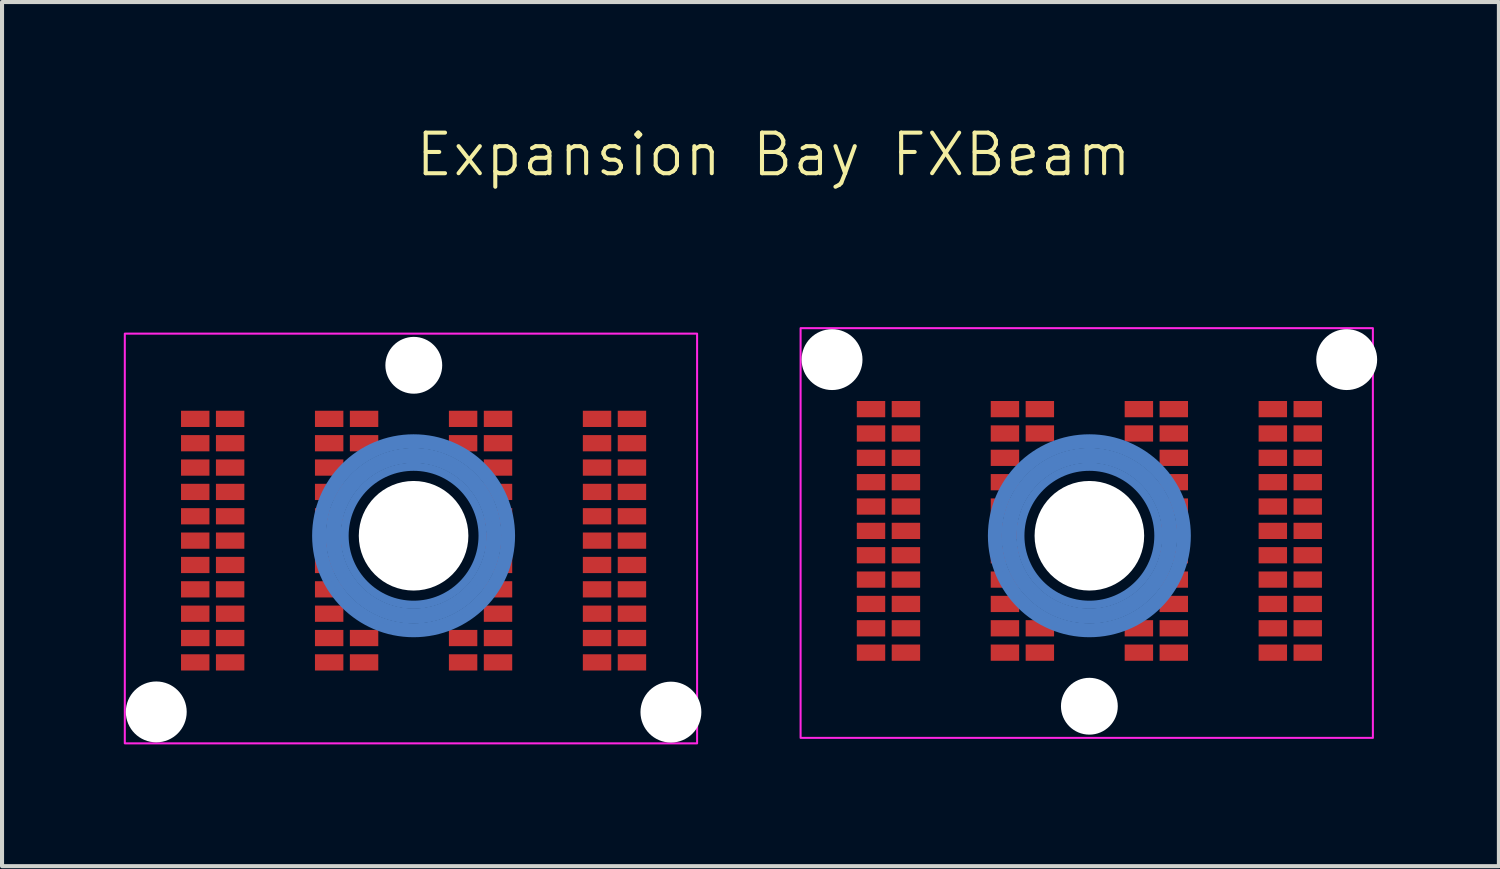
<source format=kicad_pcb>
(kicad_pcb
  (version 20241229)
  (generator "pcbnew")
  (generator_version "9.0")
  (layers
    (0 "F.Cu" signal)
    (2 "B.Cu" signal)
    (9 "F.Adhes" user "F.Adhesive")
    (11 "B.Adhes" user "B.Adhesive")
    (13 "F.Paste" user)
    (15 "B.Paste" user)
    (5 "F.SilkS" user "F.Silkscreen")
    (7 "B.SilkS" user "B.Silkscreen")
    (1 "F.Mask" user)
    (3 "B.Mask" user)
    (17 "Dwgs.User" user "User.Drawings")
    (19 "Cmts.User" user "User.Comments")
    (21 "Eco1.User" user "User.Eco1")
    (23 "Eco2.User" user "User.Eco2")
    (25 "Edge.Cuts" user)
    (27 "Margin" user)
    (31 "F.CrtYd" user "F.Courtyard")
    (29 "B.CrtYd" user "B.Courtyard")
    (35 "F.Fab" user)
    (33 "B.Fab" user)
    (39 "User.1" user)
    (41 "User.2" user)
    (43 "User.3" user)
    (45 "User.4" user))
  (footprint "Expansion Bay FXBeam"
    (layer "F.Cu")
    (at 15.47 10.15)
    (property "Reference" "Expansion Bay FXBeam" (at 0.54 -9.39 0) (unlocked yes) (layer "F.SilkS") (effects (font (size 1 1) (thickness 0.1))))
    (attr smd exclude_from_pos_files exclude_from_bom)
    (fp_circle (center -8.33 0) (end -6.63 0) (stroke (width 0.2) (type default)) (fill no) (layer "B.Cu"))
    (fp_circle (center -8.33 0) (end -6.44 0.005) (stroke (width 0.2) (type default)) (fill no) (layer "B.Cu"))
    (fp_circle (center -8.33 0) (end -6.265 0) (stroke (width 0.2) (type default)) (fill no) (layer "B.Cu"))
    (fp_circle (center -8.33 0) (end -6.075 0) (stroke (width 0.2) (type default)) (fill no) (layer "B.Cu"))
    (fp_circle (center -8.33 0) (end -5.93 0) (stroke (width 0.2) (type default)) (fill no) (layer "B.Cu"))
    (fp_circle (center 8.32 0) (end 10.02 0) (stroke (width 0.2) (type default)) (fill no) (layer "B.Cu"))
    (fp_circle (center 8.32 0) (end 10.21 0.005) (stroke (width 0.2) (type default)) (fill no) (layer "B.Cu"))
    (fp_circle (center 8.32 0) (end 10.385 0) (stroke (width 0.2) (type default)) (fill no) (layer "B.Cu"))
    (fp_circle (center 8.32 0) (end 10.575 0) (stroke (width 0.2) (type default)) (fill no) (layer "B.Cu"))
    (fp_circle (center 8.32 0) (end 10.72 0) (stroke (width 0.2) (type default)) (fill no) (layer "B.Cu"))
    (fp_rect (start -15.445 -4.98) (end -1.345 5.115) (stroke (width 0.05) (type default)) (fill no) (layer "F.CrtYd"))
    (fp_rect (start 15.305 4.98) (end 1.205 -5.115) (stroke (width 0.05) (type default)) (fill no) (layer "F.CrtYd"))
    (pad "" np_thru_hole circle (at -14.67 4.34) (size 1.5 1.5) (drill 1.5) (layers "*.Cu" "*.Mask"))
    (pad "" np_thru_hole circle (at -8.33 0) (size 2.7 2.7) (drill 2.7) (layers "*.Cu" "*.Mask"))
    (pad "" np_thru_hole circle (at -8.325 -4.2) (size 1.4 1.4) (drill 1.4) (layers "*.Cu" "*.Mask"))
    (pad "" np_thru_hole circle (at -1.99 4.345) (size 1.5 1.5) (drill 1.5) (layers "*.Cu" "*.Mask"))
    (pad "" np_thru_hole circle (at 1.98 -4.34) (size 1.5 1.5) (drill 1.5) (layers "*.Cu" "*.Mask"))
    (pad "" np_thru_hole circle (at 8.32 0) (size 2.7 2.7) (drill 2.7) (layers "*.Cu" "*.Mask"))
    (pad "" np_thru_hole circle (at 8.32 4.2) (size 1.4 1.4) (drill 1.4) (layers "*.Cu" "*.Mask"))
    (pad "" np_thru_hole circle (at 14.66 -4.34) (size 1.5 1.5) (drill 1.5) (layers "*.Cu" "*.Mask"))
    (pad "PA1" smd rect (at -2.95 -2.88) (size 0.7 0.4) (layers "F.Cu" "F.Mask" "F.Paste"))
    (pad "PA2" smd rect (at -3.81 -2.88) (size 0.7 0.4) (layers "F.Cu" "F.Mask" "F.Paste"))
    (pad "PA3" smd rect (at -6.25 -2.88) (size 0.7 0.4) (layers "F.Cu" "F.Mask" "F.Paste"))
    (pad "PA4" smd rect (at -7.11 -2.88) (size 0.7 0.4) (layers "F.Cu" "F.Mask" "F.Paste"))
    (pad "PA5" smd rect (at -9.55 -2.88 180) (size 0.7 0.4) (layers "F.Cu" "F.Mask" "F.Paste"))
    (pad "PA6" smd rect (at -10.41 -2.88 180) (size 0.7 0.4) (layers "F.Cu" "F.Mask" "F.Paste"))
    (pad "PA7" smd rect (at -12.85 -2.88) (size 0.7 0.4) (layers "F.Cu" "F.Mask" "F.Paste"))
    (pad "PA8" smd rect (at -13.71 -2.88) (size 0.7 0.4) (layers "F.Cu" "F.Mask" "F.Paste"))
    (pad "PB1" smd rect (at -2.95 -2.28) (size 0.7 0.4) (layers "F.Cu" "F.Mask" "F.Paste"))
    (pad "PB2" smd rect (at -3.81 -2.28) (size 0.7 0.4) (layers "F.Cu" "F.Mask" "F.Paste"))
    (pad "PB3" smd rect (at -6.25 -2.28) (size 0.7 0.4) (layers "F.Cu" "F.Mask" "F.Paste"))
    (pad "PB4" smd rect (at -7.11 -2.28) (size 0.7 0.4) (layers "F.Cu" "F.Mask" "F.Paste"))
    (pad "PB5" smd rect (at -9.55 -2.28 180) (size 0.7 0.4) (layers "F.Cu" "F.Mask" "F.Paste"))
    (pad "PB6" smd rect (at -10.41 -2.28 180) (size 0.7 0.4) (layers "F.Cu" "F.Mask" "F.Paste"))
    (pad "PB7" smd rect (at -12.85 -2.28) (size 0.7 0.4) (layers "F.Cu" "F.Mask" "F.Paste"))
    (pad "PB8" smd rect (at -13.71 -2.28) (size 0.7 0.4) (layers "F.Cu" "F.Mask" "F.Paste"))
    (pad "PC1" smd rect (at -2.95 -1.68) (size 0.7 0.4) (layers "F.Cu" "F.Mask" "F.Paste"))
    (pad "PC2" smd rect (at -3.81 -1.68) (size 0.7 0.4) (layers "F.Cu" "F.Mask" "F.Paste"))
    (pad "PC3" smd rect (at -6.25 -1.68) (size 0.7 0.4) (layers "F.Cu" "F.Mask" "F.Paste"))
    (pad "PC6" smd rect (at -10.41 -1.68 180) (size 0.7 0.4) (layers "F.Cu" "F.Mask" "F.Paste"))
    (pad "PC7" smd rect (at -12.85 -1.68) (size 0.7 0.4) (layers "F.Cu" "F.Mask" "F.Paste"))
    (pad "PC8" smd rect (at -13.71 -1.68) (size 0.7 0.4) (layers "F.Cu" "F.Mask" "F.Paste"))
    (pad "PD1" smd rect (at -2.95 -1.08) (size 0.7 0.4) (layers "F.Cu" "F.Mask" "F.Paste"))
    (pad "PD2" smd rect (at -3.81 -1.08) (size 0.7 0.4) (layers "F.Cu" "F.Mask" "F.Paste"))
    (pad "PD3" smd rect (at -6.25 -1.08) (size 0.7 0.4) (layers "F.Cu" "F.Mask" "F.Paste"))
    (pad "PD6" smd rect (at -10.41 -1.08 180) (size 0.7 0.4) (layers "F.Cu" "F.Mask" "F.Paste"))
    (pad "PD7" smd rect (at -12.85 -1.08) (size 0.7 0.4) (layers "F.Cu" "F.Mask" "F.Paste"))
    (pad "PD8" smd rect (at -13.71 -1.08) (size 0.7 0.4) (layers "F.Cu" "F.Mask" "F.Paste"))
    (pad "PE1" smd rect (at -2.95 -0.48) (size 0.7 0.4) (layers "F.Cu" "F.Mask" "F.Paste"))
    (pad "PE2" smd rect (at -3.81 -0.48) (size 0.7 0.4) (layers "F.Cu" "F.Mask" "F.Paste"))
    (pad "PE3" smd rect (at -6.25 -0.48) (size 0.7 0.4) (layers "F.Cu" "F.Mask" "F.Paste"))
    (pad "PE6" smd rect (at -10.41 -0.48 180) (size 0.7 0.4) (layers "F.Cu" "F.Mask" "F.Paste"))
    (pad "PE7" smd rect (at -12.85 -0.48) (size 0.7 0.4) (layers "F.Cu" "F.Mask" "F.Paste"))
    (pad "PE8" smd rect (at -13.71 -0.48) (size 0.7 0.4) (layers "F.Cu" "F.Mask" "F.Paste"))
    (pad "PF1" smd rect (at -2.95 0.12) (size 0.7 0.4) (layers "F.Cu" "F.Mask" "F.Paste"))
    (pad "PF2" smd rect (at -3.81 0.12) (size 0.7 0.4) (layers "F.Cu" "F.Mask" "F.Paste"))
    (pad "PF3" smd rect (at -6.25 0.12) (size 0.7 0.4) (layers "F.Cu" "F.Mask" "F.Paste"))
    (pad "PF6" smd rect (at -10.41 0.12 180) (size 0.7 0.4) (layers "F.Cu" "F.Mask" "F.Paste"))
    (pad "PF7" smd rect (at -12.85 0.12) (size 0.7 0.4) (layers "F.Cu" "F.Mask" "F.Paste"))
    (pad "PF8" smd rect (at -13.71 0.12) (size 0.7 0.4) (layers "F.Cu" "F.Mask" "F.Paste"))
    (pad "PG1" smd rect (at -2.95 0.72) (size 0.7 0.4) (layers "F.Cu" "F.Mask" "F.Paste"))
    (pad "PG2" smd rect (at -3.81 0.72) (size 0.7 0.4) (layers "F.Cu" "F.Mask" "F.Paste"))
    (pad "PG3" smd rect (at -6.25 0.72) (size 0.7 0.4) (layers "F.Cu" "F.Mask" "F.Paste"))
    (pad "PG6" smd rect (at -10.41 0.72 180) (size 0.7 0.4) (layers "F.Cu" "F.Mask" "F.Paste"))
    (pad "PG7" smd rect (at -12.85 0.72) (size 0.7 0.4) (layers "F.Cu" "F.Mask" "F.Paste"))
    (pad "PG8" smd rect (at -13.71 0.72) (size 0.7 0.4) (layers "F.Cu" "F.Mask" "F.Paste"))
    (pad "PH1" smd rect (at -2.95 1.32) (size 0.7 0.4) (layers "F.Cu" "F.Mask" "F.Paste"))
    (pad "PH2" smd rect (at -3.81 1.32) (size 0.7 0.4) (layers "F.Cu" "F.Mask" "F.Paste"))
    (pad "PH3" smd rect (at -6.25 1.32) (size 0.7 0.4) (layers "F.Cu" "F.Mask" "F.Paste"))
    (pad "PH6" smd rect (at -10.41 1.32 180) (size 0.7 0.4) (layers "F.Cu" "F.Mask" "F.Paste"))
    (pad "PH7" smd rect (at -12.85 1.32) (size 0.7 0.4) (layers "F.Cu" "F.Mask" "F.Paste"))
    (pad "PH8" smd rect (at -13.71 1.32) (size 0.7 0.4) (layers "F.Cu" "F.Mask" "F.Paste"))
    (pad "PJ1" smd rect (at -10.41 1.92 180) (size 0.7 0.4) (layers "F.Cu" "F.Mask" "F.Paste"))
    (pad "PJ1" smd rect (at -2.95 1.92) (size 0.7 0.4) (layers "F.Cu" "F.Mask" "F.Paste"))
    (pad "PJ2" smd rect (at -12.85 1.92) (size 0.7 0.4) (layers "F.Cu" "F.Mask" "F.Paste"))
    (pad "PJ2" smd rect (at -3.81 1.92) (size 0.7 0.4) (layers "F.Cu" "F.Mask" "F.Paste"))
    (pad "PJ3" smd rect (at -13.71 1.92) (size 0.7 0.4) (layers "F.Cu" "F.Mask" "F.Paste"))
    (pad "PJ3" smd rect (at -6.25 1.92) (size 0.7 0.4) (layers "F.Cu" "F.Mask" "F.Paste"))
    (pad "PK1" smd rect (at -2.95 2.52) (size 0.7 0.4) (layers "F.Cu" "F.Mask" "F.Paste"))
    (pad "PK2" smd rect (at -3.81 2.52) (size 0.7 0.4) (layers "F.Cu" "F.Mask" "F.Paste"))
    (pad "PK3" smd rect (at -6.25 2.52) (size 0.7 0.4) (layers "F.Cu" "F.Mask" "F.Paste"))
    (pad "PK4" smd rect (at -7.11 2.52) (size 0.7 0.4) (layers "F.Cu" "F.Mask" "F.Paste"))
    (pad "PK5" smd rect (at -9.55 2.52 180) (size 0.7 0.4) (layers "F.Cu" "F.Mask" "F.Paste"))
    (pad "PK6" smd rect (at -10.41 2.52 180) (size 0.7 0.4) (layers "F.Cu" "F.Mask" "F.Paste"))
    (pad "PK7" smd rect (at -12.85 2.52) (size 0.7 0.4) (layers "F.Cu" "F.Mask" "F.Paste"))
    (pad "PK8" smd rect (at -13.71 2.52) (size 0.7 0.4) (layers "F.Cu" "F.Mask" "F.Paste"))
    (pad "PL1" smd rect (at -2.95 3.12) (size 0.7 0.4) (layers "F.Cu" "F.Mask" "F.Paste"))
    (pad "PL2" smd rect (at -3.81 3.12) (size 0.7 0.4) (layers "F.Cu" "F.Mask" "F.Paste"))
    (pad "PL3" smd rect (at -6.25 3.12) (size 0.7 0.4) (layers "F.Cu" "F.Mask" "F.Paste"))
    (pad "PL4" smd rect (at -7.11 3.12) (size 0.7 0.4) (layers "F.Cu" "F.Mask" "F.Paste"))
    (pad "PL5" smd rect (at -9.55 3.12 180) (size 0.7 0.4) (layers "F.Cu" "F.Mask" "F.Paste"))
    (pad "PL6" smd rect (at -10.41 3.12 180) (size 0.7 0.4) (layers "F.Cu" "F.Mask" "F.Paste"))
    (pad "PL7" smd rect (at -12.85 3.12) (size 0.7 0.4) (layers "F.Cu" "F.Mask" "F.Paste"))
    (pad "PL8" smd rect (at -13.71 3.12) (size 0.7 0.4) (layers "F.Cu" "F.Mask" "F.Paste"))
    (pad "SA1" smd rect (at 13.7 -3.12) (size 0.7 0.4) (layers "F.Cu" "F.Mask" "F.Paste"))
    (pad "SA2" smd rect (at 12.84 -3.12) (size 0.7 0.4) (layers "F.Cu" "F.Mask" "F.Paste"))
    (pad "SA3" smd rect (at 10.4 -3.12) (size 0.7 0.4) (layers "F.Cu" "F.Mask" "F.Paste"))
    (pad "SA4" smd rect (at 9.54 -3.12) (size 0.7 0.4) (layers "F.Cu" "F.Mask" "F.Paste"))
    (pad "SA5" smd rect (at 7.1 -3.12 180) (size 0.7 0.4) (layers "F.Cu" "F.Mask" "F.Paste"))
    (pad "SA6" smd rect (at 6.24 -3.12 180) (size 0.7 0.4) (layers "F.Cu" "F.Mask" "F.Paste"))
    (pad "SA7" smd rect (at 3.8 -3.12) (size 0.7 0.4) (layers "F.Cu" "F.Mask" "F.Paste"))
    (pad "SA8" smd rect (at 2.94 -3.12) (size 0.7 0.4) (layers "F.Cu" "F.Mask" "F.Paste"))
    (pad "SB1" smd rect (at 13.7 -2.52) (size 0.7 0.4) (layers "F.Cu" "F.Mask" "F.Paste"))
    (pad "SB2" smd rect (at 12.84 -2.52) (size 0.7 0.4) (layers "F.Cu" "F.Mask" "F.Paste"))
    (pad "SB3" smd rect (at 10.4 -2.52) (size 0.7 0.4) (layers "F.Cu" "F.Mask" "F.Paste"))
    (pad "SB4" smd rect (at 9.54 -2.52) (size 0.7 0.4) (layers "F.Cu" "F.Mask" "F.Paste"))
    (pad "SB5" smd rect (at 7.1 -2.52 180) (size 0.7 0.4) (layers "F.Cu" "F.Mask" "F.Paste"))
    (pad "SB6" smd rect (at 6.24 -2.52 180) (size 0.7 0.4) (layers "F.Cu" "F.Mask" "F.Paste"))
    (pad "SB7" smd rect (at 3.8 -2.52) (size 0.7 0.4) (layers "F.Cu" "F.Mask" "F.Paste"))
    (pad "SB8" smd rect (at 2.94 -2.52) (size 0.7 0.4) (layers "F.Cu" "F.Mask" "F.Paste"))
    (pad "SC1" smd rect (at 13.7 -1.92) (size 0.7 0.4) (layers "F.Cu" "F.Mask" "F.Paste"))
    (pad "SC2" smd rect (at 12.84 -1.92) (size 0.7 0.4) (layers "F.Cu" "F.Mask" "F.Paste"))
    (pad "SC3" smd rect (at 10.4 -1.92) (size 0.7 0.4) (layers "F.Cu" "F.Mask" "F.Paste"))
    (pad "SC6" smd rect (at 6.24 -1.92 180) (size 0.7 0.4) (layers "F.Cu" "F.Mask" "F.Paste"))
    (pad "SC7" smd rect (at 3.8 -1.92) (size 0.7 0.4) (layers "F.Cu" "F.Mask" "F.Paste"))
    (pad "SC8" smd rect (at 2.94 -1.92) (size 0.7 0.4) (layers "F.Cu" "F.Mask" "F.Paste"))
    (pad "SD1" smd rect (at 13.7 -1.32) (size 0.7 0.4) (layers "F.Cu" "F.Mask" "F.Paste"))
    (pad "SD2" smd rect (at 12.84 -1.32) (size 0.7 0.4) (layers "F.Cu" "F.Mask" "F.Paste"))
    (pad "SD3" smd rect (at 10.4 -1.32) (size 0.7 0.4) (layers "F.Cu" "F.Mask" "F.Paste"))
    (pad "SD6" smd rect (at 6.24 -1.32 180) (size 0.7 0.4) (layers "F.Cu" "F.Mask" "F.Paste"))
    (pad "SD7" smd rect (at 3.8 -1.32) (size 0.7 0.4) (layers "F.Cu" "F.Mask" "F.Paste"))
    (pad "SD8" smd rect (at 2.94 -1.32) (size 0.7 0.4) (layers "F.Cu" "F.Mask" "F.Paste"))
    (pad "SE1" smd rect (at 13.7 -0.72) (size 0.7 0.4) (layers "F.Cu" "F.Mask" "F.Paste"))
    (pad "SE2" smd rect (at 12.84 -0.72) (size 0.7 0.4) (layers "F.Cu" "F.Mask" "F.Paste"))
    (pad "SE3" smd rect (at 10.4 -0.72) (size 0.7 0.4) (layers "F.Cu" "F.Mask" "F.Paste"))
    (pad "SE6" smd rect (at 6.24 -0.72 180) (size 0.7 0.4) (layers "F.Cu" "F.Mask" "F.Paste"))
    (pad "SE7" smd rect (at 3.8 -0.72) (size 0.7 0.4) (layers "F.Cu" "F.Mask" "F.Paste"))
    (pad "SE8" smd rect (at 2.94 -0.72) (size 0.7 0.4) (layers "F.Cu" "F.Mask" "F.Paste"))
    (pad "SF1" smd rect (at 13.7 -0.12) (size 0.7 0.4) (layers "F.Cu" "F.Mask" "F.Paste"))
    (pad "SF2" smd rect (at 12.84 -0.12) (size 0.7 0.4) (layers "F.Cu" "F.Mask" "F.Paste"))
    (pad "SF3" smd rect (at 10.4 -0.12) (size 0.7 0.4) (layers "F.Cu" "F.Mask" "F.Paste"))
    (pad "SF6" smd rect (at 6.24 -0.12 180) (size 0.7 0.4) (layers "F.Cu" "F.Mask" "F.Paste"))
    (pad "SF7" smd rect (at 3.8 -0.12) (size 0.7 0.4) (layers "F.Cu" "F.Mask" "F.Paste"))
    (pad "SF8" smd rect (at 2.94 -0.12) (size 0.7 0.4) (layers "F.Cu" "F.Mask" "F.Paste"))
    (pad "SG1" smd rect (at 13.7 0.48) (size 0.7 0.4) (layers "F.Cu" "F.Mask" "F.Paste"))
    (pad "SG2" smd rect (at 12.84 0.48) (size 0.7 0.4) (layers "F.Cu" "F.Mask" "F.Paste"))
    (pad "SG3" smd rect (at 10.4 0.48) (size 0.7 0.4) (layers "F.Cu" "F.Mask" "F.Paste"))
    (pad "SG6" smd rect (at 6.24 0.48 180) (size 0.7 0.4) (layers "F.Cu" "F.Mask" "F.Paste"))
    (pad "SG7" smd rect (at 3.8 0.48) (size 0.7 0.4) (layers "F.Cu" "F.Mask" "F.Paste"))
    (pad "SG8" smd rect (at 2.94 0.48) (size 0.7 0.4) (layers "F.Cu" "F.Mask" "F.Paste"))
    (pad "SH1" smd rect (at 13.7 1.08) (size 0.7 0.4) (layers "F.Cu" "F.Mask" "F.Paste"))
    (pad "SH2" smd rect (at 12.84 1.08) (size 0.7 0.4) (layers "F.Cu" "F.Mask" "F.Paste"))
    (pad "SH3" smd rect (at 10.4 1.08) (size 0.7 0.4) (layers "F.Cu" "F.Mask" "F.Paste"))
    (pad "SH6" smd rect (at 6.24 1.08 180) (size 0.7 0.4) (layers "F.Cu" "F.Mask" "F.Paste"))
    (pad "SH7" smd rect (at 3.8 1.08) (size 0.7 0.4) (layers "F.Cu" "F.Mask" "F.Paste"))
    (pad "SH8" smd rect (at 2.94 1.08) (size 0.7 0.4) (layers "F.Cu" "F.Mask" "F.Paste"))
    (pad "SJ1" smd rect (at 13.7 1.68) (size 0.7 0.4) (layers "F.Cu" "F.Mask" "F.Paste"))
    (pad "SJ2" smd rect (at 12.84 1.68) (size 0.7 0.4) (layers "F.Cu" "F.Mask" "F.Paste"))
    (pad "SJ3" smd rect (at 10.4 1.68) (size 0.7 0.4) (layers "F.Cu" "F.Mask" "F.Paste"))
    (pad "SJ6" smd rect (at 6.24 1.68 180) (size 0.7 0.4) (layers "F.Cu" "F.Mask" "F.Paste"))
    (pad "SJ7" smd rect (at 3.8 1.68) (size 0.7 0.4) (layers "F.Cu" "F.Mask" "F.Paste"))
    (pad "SJ8" smd rect (at 2.94 1.68) (size 0.7 0.4) (layers "F.Cu" "F.Mask" "F.Paste"))
    (pad "SK1" smd rect (at 13.7 2.28) (size 0.7 0.4) (layers "F.Cu" "F.Mask" "F.Paste"))
    (pad "SK2" smd rect (at 12.84 2.28) (size 0.7 0.4) (layers "F.Cu" "F.Mask" "F.Paste"))
    (pad "SK3" smd rect (at 10.4 2.28) (size 0.7 0.4) (layers "F.Cu" "F.Mask" "F.Paste"))
    (pad "SK4" smd rect (at 9.54 2.28) (size 0.7 0.4) (layers "F.Cu" "F.Mask" "F.Paste"))
    (pad "SK5" smd rect (at 7.1 2.28 180) (size 0.7 0.4) (layers "F.Cu" "F.Mask" "F.Paste"))
    (pad "SK6" smd rect (at 6.24 2.28 180) (size 0.7 0.4) (layers "F.Cu" "F.Mask" "F.Paste"))
    (pad "SK7" smd rect (at 3.8 2.28) (size 0.7 0.4) (layers "F.Cu" "F.Mask" "F.Paste"))
    (pad "SK8" smd rect (at 2.94 2.28) (size 0.7 0.4) (layers "F.Cu" "F.Mask" "F.Paste"))
    (pad "SL1" smd rect (at 13.7 2.88) (size 0.7 0.4) (layers "F.Cu" "F.Mask" "F.Paste"))
    (pad "SL2" smd rect (at 12.84 2.88) (size 0.7 0.4) (layers "F.Cu" "F.Mask" "F.Paste"))
    (pad "SL3" smd rect (at 10.4 2.88) (size 0.7 0.4) (layers "F.Cu" "F.Mask" "F.Paste"))
    (pad "SL4" smd rect (at 9.54 2.88) (size 0.7 0.4) (layers "F.Cu" "F.Mask" "F.Paste"))
    (pad "SL5" smd rect (at 7.1 2.88 180) (size 0.7 0.4) (layers "F.Cu" "F.Mask" "F.Paste"))
    (pad "SL6" smd rect (at 6.24 2.88 180) (size 0.7 0.4) (layers "F.Cu" "F.Mask" "F.Paste"))
    (pad "SL7" smd rect (at 3.8 2.88) (size 0.7 0.4) (layers "F.Cu" "F.Mask" "F.Paste"))
    (pad "SL8" smd rect (at 2.94 2.88) (size 0.7 0.4) (layers "F.Cu" "F.Mask" "F.Paste")))
  (gr_rect
    (start -3 -3)
    (end 33.88 18.291)
    (stroke (width 0.1) (type default))
    (fill no)
    (layer "Edge.Cuts")))
</source>
